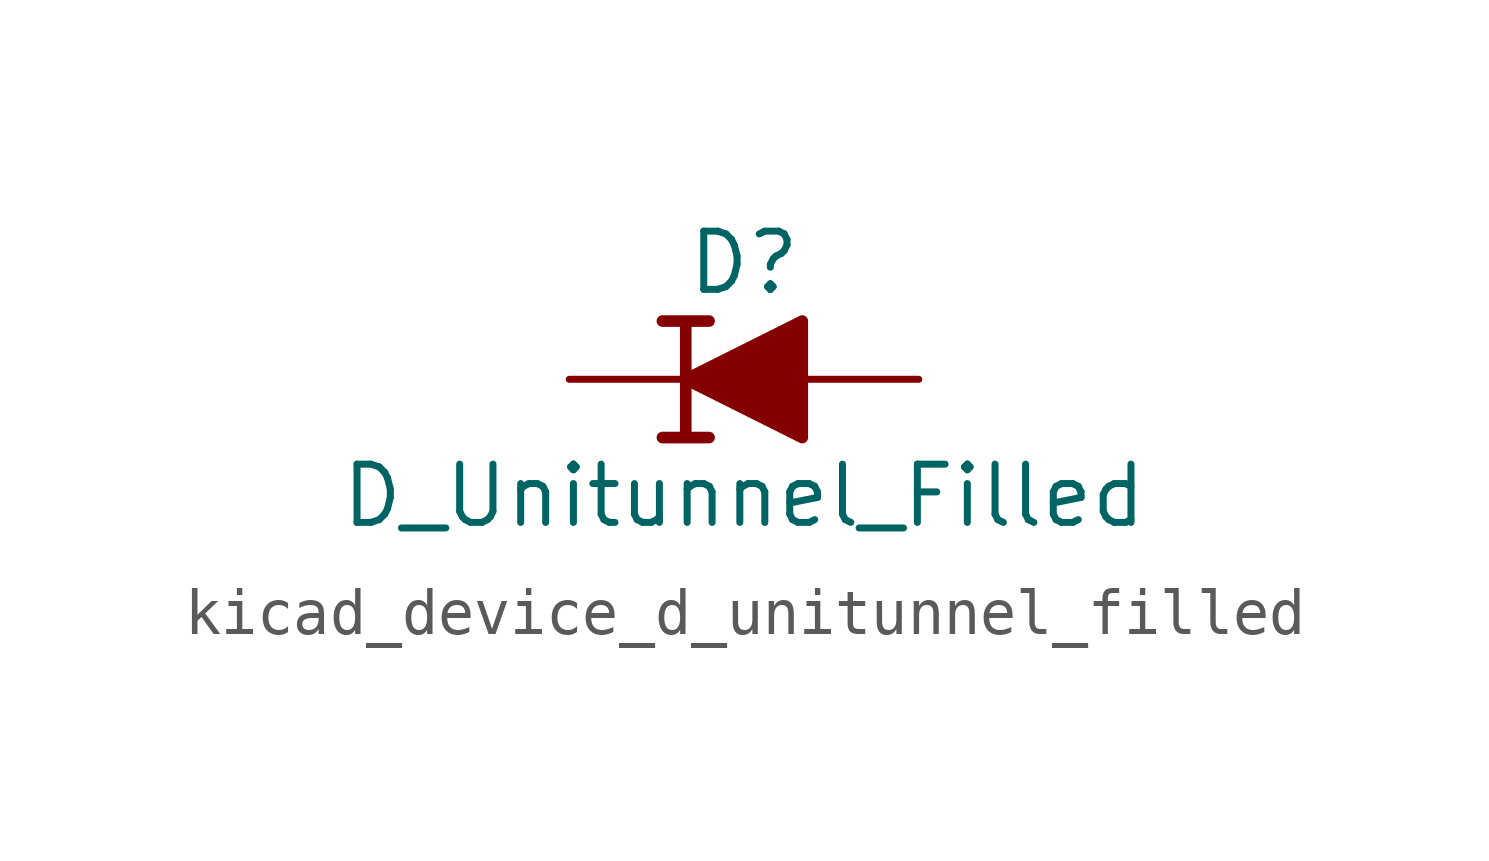
<source format=kicad_sym>
(kicad_symbol_lib
  (version 20220914)
  (generator kicad_symbol_editor)
  (symbol "kicad_device_d_unitunnel_filled"
    (pin_numbers hide)
    (pin_names
      (offset 1.016) hide)
    (property "Reference" "D"
      (at 0 2.54 0)
      (effects (font (size 1.27 1.27))))
    (property "Value" "D_Unitunnel_Filled"
      (at 0 -2.54 0)
      (effects (font (size 1.27 1.27))))
    (symbol "kicad_device_d_unitunnel_filled_0_1"
      (polyline (pts (xy 1.27 0) (xy -1.27 0)) (stroke (width 0) (type default)) (fill (type none)))
      (polyline (pts (xy 1.27 -1.27) (xy 1.27 1.27) (xy -1.27 0) (xy 1.27 -1.27)) (stroke (width 0.254) (type default)) (fill (type outline)))
      (polyline (pts (xy -1.778 -1.27) (xy -0.762 -1.27) (xy -1.27 -1.27) (xy -1.27 1.27) (xy -0.762 1.27) (xy -1.778 1.27)) (stroke (width 0.254) (type default)) (fill (type none))))
    (symbol "kicad_device_d_unitunnel_filled_1_1"
      (pin passive line (at -3.81 0 0) (length 2.54) (name "K" (effects (font (size 1.27 1.27)))) (number "1" (effects (font (size 1.27 1.27)))))
      (pin passive line (at 3.81 0 180) (length 2.54) (name "A" (effects (font (size 1.27 1.27)))) (number "2" (effects (font (size 1.27 1.27))))))))
</source>
